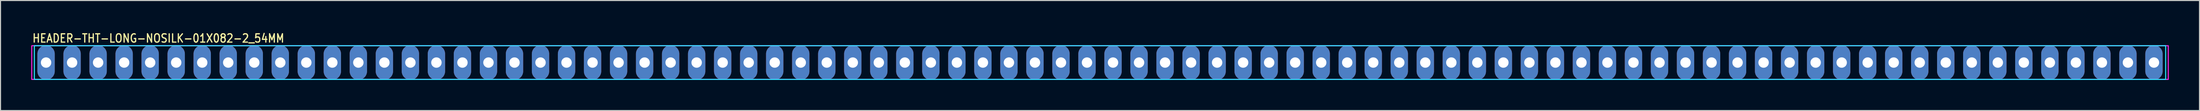
<source format=kicad_pcb>
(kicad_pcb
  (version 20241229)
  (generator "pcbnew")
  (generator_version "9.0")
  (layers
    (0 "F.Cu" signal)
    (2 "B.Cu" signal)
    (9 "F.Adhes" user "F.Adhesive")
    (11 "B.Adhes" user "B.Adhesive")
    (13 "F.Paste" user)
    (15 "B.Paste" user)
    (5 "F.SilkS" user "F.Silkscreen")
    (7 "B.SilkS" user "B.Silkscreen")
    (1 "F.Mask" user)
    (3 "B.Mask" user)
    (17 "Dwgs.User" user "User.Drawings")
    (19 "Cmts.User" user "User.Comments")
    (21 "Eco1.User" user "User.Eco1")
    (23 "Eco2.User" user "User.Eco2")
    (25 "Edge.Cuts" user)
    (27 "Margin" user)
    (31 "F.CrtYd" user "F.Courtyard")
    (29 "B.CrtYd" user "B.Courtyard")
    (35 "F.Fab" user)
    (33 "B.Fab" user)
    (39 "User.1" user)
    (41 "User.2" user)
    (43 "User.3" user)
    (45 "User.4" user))
  (footprint "HEADER-THT-LONG-NOSILK-01X082-2_54MM"
    (layer "F.Cu")
    (at 1.447 3.079)
    (property "Reference" "HEADER-THT-LONG-NOSILK-01X082-2_54MM" (at -1.4 -1.9 0) (unlocked yes) (layer "F.SilkS") (effects (font (size 0.813 0.695) (thickness 0.122)) (justify left bottom)))
    (fp_poly (pts (xy -1.143 -1.651) (xy 206.883 -1.651) (xy 206.883 1.651) (xy -1.143 1.651)) (stroke (width 0.1) (type solid)) (fill no) (layer "B.CrtYd"))
    (fp_poly (pts (xy -1.397 -1.651) (xy 207.137 -1.651) (xy 207.137 1.651) (xy -1.397 1.651)) (stroke (width 0.1) (type solid)) (fill no) (layer "F.CrtYd"))
    (pad "1" thru_hole oval (at 0 0 90) (size 3.387 1.693) (drill 1.016) (layers "*.Cu" "*.Mask"))
    (pad "2" thru_hole oval (at 2.54 0 90) (size 3.387 1.693) (drill 1.016) (layers "*.Cu" "*.Mask"))
    (pad "3" thru_hole oval (at 5.08 0 90) (size 3.387 1.693) (drill 1.016) (layers "*.Cu" "*.Mask"))
    (pad "4" thru_hole oval (at 7.62 0 90) (size 3.387 1.693) (drill 1.016) (layers "*.Cu" "*.Mask"))
    (pad "5" thru_hole oval (at 10.16 0 90) (size 3.387 1.693) (drill 1.016) (layers "*.Cu" "*.Mask"))
    (pad "6" thru_hole oval (at 12.7 0 90) (size 3.387 1.693) (drill 1.016) (layers "*.Cu" "*.Mask"))
    (pad "7" thru_hole oval (at 15.24 0 90) (size 3.387 1.693) (drill 1.016) (layers "*.Cu" "*.Mask"))
    (pad "8" thru_hole oval (at 17.78 0 90) (size 3.387 1.693) (drill 1.016) (layers "*.Cu" "*.Mask"))
    (pad "9" thru_hole oval (at 20.32 0 90) (size 3.387 1.693) (drill 1.016) (layers "*.Cu" "*.Mask"))
    (pad "10" thru_hole oval (at 22.86 0 90) (size 3.387 1.693) (drill 1.016) (layers "*.Cu" "*.Mask"))
    (pad "11" thru_hole oval (at 25.4 0 90) (size 3.387 1.693) (drill 1.016) (layers "*.Cu" "*.Mask"))
    (pad "12" thru_hole oval (at 27.94 0 90) (size 3.387 1.693) (drill 1.016) (layers "*.Cu" "*.Mask"))
    (pad "13" thru_hole oval (at 30.48 0 90) (size 3.387 1.693) (drill 1.016) (layers "*.Cu" "*.Mask"))
    (pad "14" thru_hole oval (at 33.02 0 90) (size 3.387 1.693) (drill 1.016) (layers "*.Cu" "*.Mask"))
    (pad "15" thru_hole oval (at 35.56 0 90) (size 3.387 1.693) (drill 1.016) (layers "*.Cu" "*.Mask"))
    (pad "16" thru_hole oval (at 38.1 0 90) (size 3.387 1.693) (drill 1.016) (layers "*.Cu" "*.Mask"))
    (pad "17" thru_hole oval (at 40.64 0 90) (size 3.387 1.693) (drill 1.016) (layers "*.Cu" "*.Mask"))
    (pad "18" thru_hole oval (at 43.18 0 90) (size 3.387 1.693) (drill 1.016) (layers "*.Cu" "*.Mask"))
    (pad "19" thru_hole oval (at 45.72 0 90) (size 3.387 1.693) (drill 1.016) (layers "*.Cu" "*.Mask"))
    (pad "20" thru_hole oval (at 48.26 0 90) (size 3.387 1.693) (drill 1.016) (layers "*.Cu" "*.Mask"))
    (pad "21" thru_hole oval (at 50.8 0 90) (size 3.387 1.693) (drill 1.016) (layers "*.Cu" "*.Mask"))
    (pad "22" thru_hole oval (at 53.34 0 90) (size 3.387 1.693) (drill 1.016) (layers "*.Cu" "*.Mask"))
    (pad "23" thru_hole oval (at 55.88 0 90) (size 3.387 1.693) (drill 1.016) (layers "*.Cu" "*.Mask"))
    (pad "24" thru_hole oval (at 58.42 0 90) (size 3.387 1.693) (drill 1.016) (layers "*.Cu" "*.Mask"))
    (pad "25" thru_hole oval (at 60.96 0 90) (size 3.387 1.693) (drill 1.016) (layers "*.Cu" "*.Mask"))
    (pad "26" thru_hole oval (at 63.5 0 90) (size 3.387 1.693) (drill 1.016) (layers "*.Cu" "*.Mask"))
    (pad "27" thru_hole oval (at 66.04 0 90) (size 3.387 1.693) (drill 1.016) (layers "*.Cu" "*.Mask"))
    (pad "28" thru_hole oval (at 68.58 0 90) (size 3.387 1.693) (drill 1.016) (layers "*.Cu" "*.Mask"))
    (pad "29" thru_hole oval (at 71.12 0 90) (size 3.387 1.693) (drill 1.016) (layers "*.Cu" "*.Mask"))
    (pad "30" thru_hole oval (at 73.66 0 90) (size 3.387 1.693) (drill 1.016) (layers "*.Cu" "*.Mask"))
    (pad "31" thru_hole oval (at 76.2 0 90) (size 3.387 1.693) (drill 1.016) (layers "*.Cu" "*.Mask"))
    (pad "32" thru_hole oval (at 78.74 0 90) (size 3.387 1.693) (drill 1.016) (layers "*.Cu" "*.Mask"))
    (pad "33" thru_hole oval (at 81.28 0 90) (size 3.387 1.693) (drill 1.016) (layers "*.Cu" "*.Mask"))
    (pad "34" thru_hole oval (at 83.82 0 90) (size 3.387 1.693) (drill 1.016) (layers "*.Cu" "*.Mask"))
    (pad "35" thru_hole oval (at 86.36 0 90) (size 3.387 1.693) (drill 1.016) (layers "*.Cu" "*.Mask"))
    (pad "36" thru_hole oval (at 88.9 0 90) (size 3.387 1.693) (drill 1.016) (layers "*.Cu" "*.Mask"))
    (pad "37" thru_hole oval (at 91.44 0 90) (size 3.387 1.693) (drill 1.016) (layers "*.Cu" "*.Mask"))
    (pad "38" thru_hole oval (at 93.98 0 90) (size 3.387 1.693) (drill 1.016) (layers "*.Cu" "*.Mask"))
    (pad "39" thru_hole oval (at 96.52 0 90) (size 3.387 1.693) (drill 1.016) (layers "*.Cu" "*.Mask"))
    (pad "40" thru_hole oval (at 99.06 0 90) (size 3.387 1.693) (drill 1.016) (layers "*.Cu" "*.Mask"))
    (pad "41" thru_hole oval (at 101.6 0 90) (size 3.387 1.693) (drill 1.016) (layers "*.Cu" "*.Mask"))
    (pad "42" thru_hole oval (at 104.14 0 90) (size 3.387 1.693) (drill 1.016) (layers "*.Cu" "*.Mask"))
    (pad "43" thru_hole oval (at 106.68 0 90) (size 3.387 1.693) (drill 1.016) (layers "*.Cu" "*.Mask"))
    (pad "44" thru_hole oval (at 109.22 0 90) (size 3.387 1.693) (drill 1.016) (layers "*.Cu" "*.Mask"))
    (pad "45" thru_hole oval (at 111.76 0 90) (size 3.387 1.693) (drill 1.016) (layers "*.Cu" "*.Mask"))
    (pad "46" thru_hole oval (at 114.3 0 90) (size 3.387 1.693) (drill 1.016) (layers "*.Cu" "*.Mask"))
    (pad "47" thru_hole oval (at 116.84 0 90) (size 3.387 1.693) (drill 1.016) (layers "*.Cu" "*.Mask"))
    (pad "48" thru_hole oval (at 119.38 0 90) (size 3.387 1.693) (drill 1.016) (layers "*.Cu" "*.Mask"))
    (pad "49" thru_hole oval (at 121.92 0 90) (size 3.387 1.693) (drill 1.016) (layers "*.Cu" "*.Mask"))
    (pad "50" thru_hole oval (at 124.46 0 90) (size 3.387 1.693) (drill 1.016) (layers "*.Cu" "*.Mask"))
    (pad "51" thru_hole oval (at 127 0 90) (size 3.387 1.693) (drill 1.016) (layers "*.Cu" "*.Mask"))
    (pad "52" thru_hole oval (at 129.54 0 90) (size 3.387 1.693) (drill 1.016) (layers "*.Cu" "*.Mask"))
    (pad "53" thru_hole oval (at 132.08 0 90) (size 3.387 1.693) (drill 1.016) (layers "*.Cu" "*.Mask"))
    (pad "54" thru_hole oval (at 134.62 0 90) (size 3.387 1.693) (drill 1.016) (layers "*.Cu" "*.Mask"))
    (pad "55" thru_hole oval (at 137.16 0 90) (size 3.387 1.693) (drill 1.016) (layers "*.Cu" "*.Mask"))
    (pad "56" thru_hole oval (at 139.7 0 90) (size 3.387 1.693) (drill 1.016) (layers "*.Cu" "*.Mask"))
    (pad "57" thru_hole oval (at 142.24 0 90) (size 3.387 1.693) (drill 1.016) (layers "*.Cu" "*.Mask"))
    (pad "58" thru_hole oval (at 144.78 0 90) (size 3.387 1.693) (drill 1.016) (layers "*.Cu" "*.Mask"))
    (pad "59" thru_hole oval (at 147.32 0 90) (size 3.387 1.693) (drill 1.016) (layers "*.Cu" "*.Mask"))
    (pad "60" thru_hole oval (at 149.86 0 90) (size 3.387 1.693) (drill 1.016) (layers "*.Cu" "*.Mask"))
    (pad "61" thru_hole oval (at 152.4 0 90) (size 3.387 1.693) (drill 1.016) (layers "*.Cu" "*.Mask"))
    (pad "62" thru_hole oval (at 154.94 0 90) (size 3.387 1.693) (drill 1.016) (layers "*.Cu" "*.Mask"))
    (pad "63" thru_hole oval (at 157.48 0 90) (size 3.387 1.693) (drill 1.016) (layers "*.Cu" "*.Mask"))
    (pad "64" thru_hole oval (at 160.02 0 90) (size 3.387 1.693) (drill 1.016) (layers "*.Cu" "*.Mask"))
    (pad "65" thru_hole oval (at 162.56 0 90) (size 3.387 1.693) (drill 1.016) (layers "*.Cu" "*.Mask"))
    (pad "66" thru_hole oval (at 165.1 0 90) (size 3.387 1.693) (drill 1.016) (layers "*.Cu" "*.Mask"))
    (pad "67" thru_hole oval (at 167.64 0 90) (size 3.387 1.693) (drill 1.016) (layers "*.Cu" "*.Mask"))
    (pad "68" thru_hole oval (at 170.18 0 90) (size 3.387 1.693) (drill 1.016) (layers "*.Cu" "*.Mask"))
    (pad "69" thru_hole oval (at 172.72 0 90) (size 3.387 1.693) (drill 1.016) (layers "*.Cu" "*.Mask"))
    (pad "70" thru_hole oval (at 175.26 0 90) (size 3.387 1.693) (drill 1.016) (layers "*.Cu" "*.Mask"))
    (pad "71" thru_hole oval (at 177.8 0 90) (size 3.387 1.693) (drill 1.016) (layers "*.Cu" "*.Mask"))
    (pad "72" thru_hole oval (at 180.34 0 90) (size 3.387 1.693) (drill 1.016) (layers "*.Cu" "*.Mask"))
    (pad "73" thru_hole oval (at 182.88 0 90) (size 3.387 1.693) (drill 1.016) (layers "*.Cu" "*.Mask"))
    (pad "74" thru_hole oval (at 185.42 0 90) (size 3.387 1.693) (drill 1.016) (layers "*.Cu" "*.Mask"))
    (pad "75" thru_hole oval (at 187.96 0 90) (size 3.387 1.693) (drill 1.016) (layers "*.Cu" "*.Mask"))
    (pad "76" thru_hole oval (at 190.5 0 90) (size 3.387 1.693) (drill 1.016) (layers "*.Cu" "*.Mask"))
    (pad "77" thru_hole oval (at 193.04 0 90) (size 3.387 1.693) (drill 1.016) (layers "*.Cu" "*.Mask"))
    (pad "78" thru_hole oval (at 195.58 0 90) (size 3.387 1.693) (drill 1.016) (layers "*.Cu" "*.Mask"))
    (pad "79" thru_hole oval (at 198.12 0 90) (size 3.387 1.693) (drill 1.016) (layers "*.Cu" "*.Mask"))
    (pad "80" thru_hole oval (at 200.66 0 90) (size 3.387 1.693) (drill 1.016) (layers "*.Cu" "*.Mask"))
    (pad "81" thru_hole oval (at 203.2 0 90) (size 3.387 1.693) (drill 1.016) (layers "*.Cu" "*.Mask"))
    (pad "82" thru_hole oval (at 205.74 0 90) (size 3.387 1.693) (drill 1.016) (layers "*.Cu" "*.Mask")))
  (gr_rect
    (start -3 -3)
    (end 211.634 7.78)
    (stroke (width 0.1) (type default))
    (fill no)
    (layer "Edge.Cuts")))
</source>
